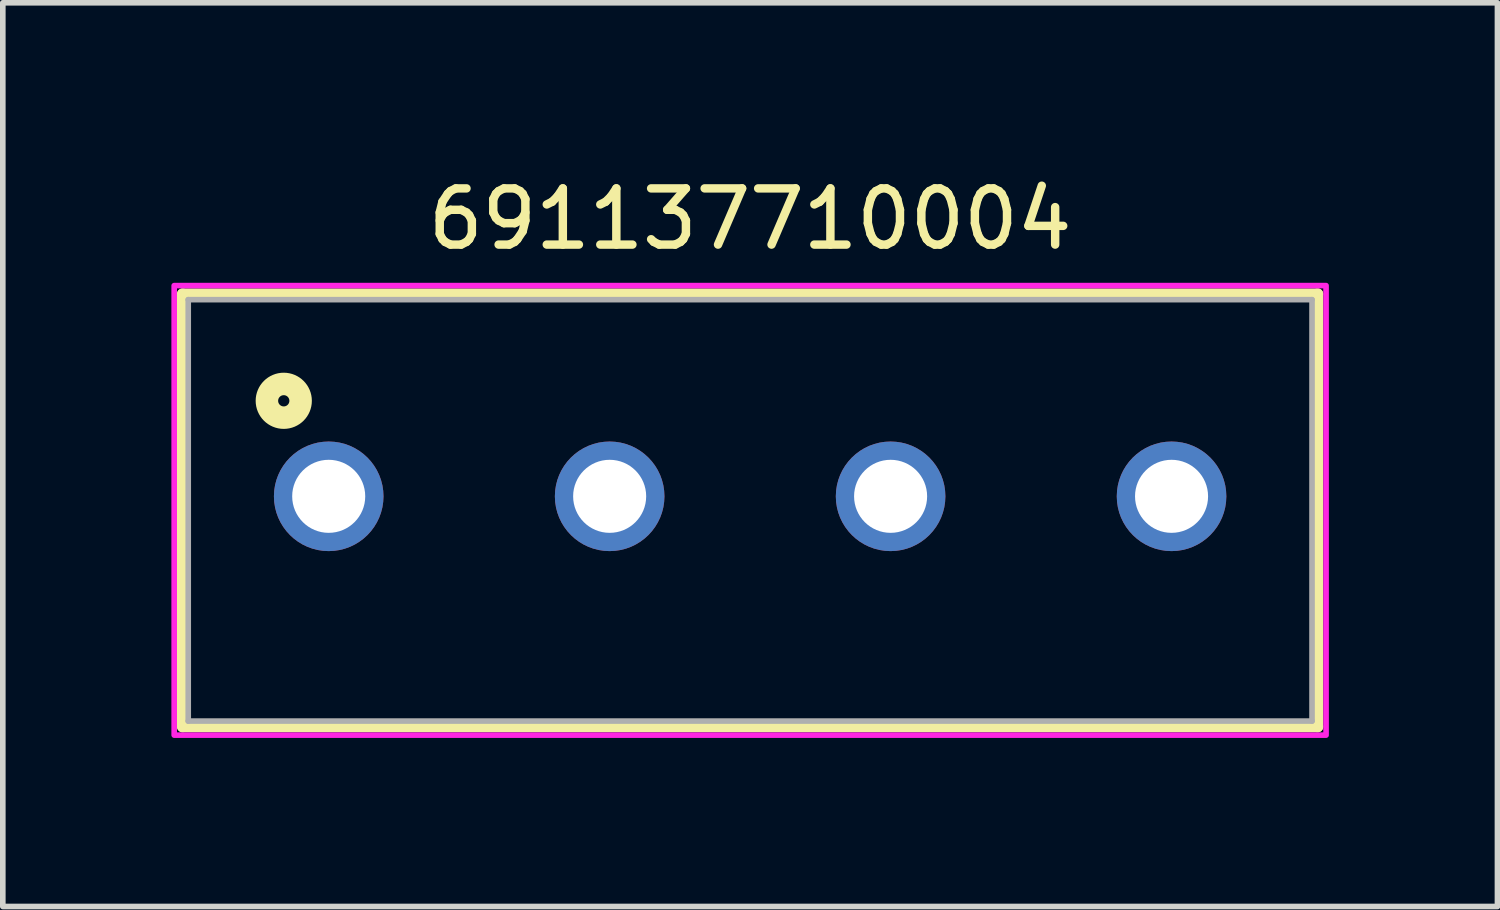
<source format=kicad_pcb>
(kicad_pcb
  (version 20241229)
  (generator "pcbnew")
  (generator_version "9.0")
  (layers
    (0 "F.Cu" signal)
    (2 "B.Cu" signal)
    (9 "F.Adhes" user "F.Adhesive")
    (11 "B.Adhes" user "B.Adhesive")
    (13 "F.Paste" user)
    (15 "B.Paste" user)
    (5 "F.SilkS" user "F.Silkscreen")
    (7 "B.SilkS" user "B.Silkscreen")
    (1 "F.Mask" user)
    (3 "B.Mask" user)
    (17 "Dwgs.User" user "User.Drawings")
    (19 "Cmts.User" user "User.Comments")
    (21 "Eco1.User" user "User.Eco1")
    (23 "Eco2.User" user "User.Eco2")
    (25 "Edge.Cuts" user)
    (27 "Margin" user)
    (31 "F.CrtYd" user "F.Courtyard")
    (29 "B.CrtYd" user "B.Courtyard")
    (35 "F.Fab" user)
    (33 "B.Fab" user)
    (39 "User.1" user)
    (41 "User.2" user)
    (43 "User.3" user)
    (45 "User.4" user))
  (footprint "691137710004"
    (layer "F.Cu")
    (at 10.3 5.783)
    (property "Reference" "691137710004" (at 0 -4.935 0) (layer "F.SilkS") (effects (font (size 1 1) (thickness 0.15))))
    (attr through_hole)
    (fp_line (start -10.1 -3.6) (end 10.1 -3.6) (stroke (width 0.2) (type solid)) (layer "F.SilkS"))
    (fp_line (start -10.1 4.1) (end -10.1 -3.6) (stroke (width 0.2) (type solid)) (layer "F.SilkS"))
    (fp_line (start 10.1 -3.6) (end 10.1 4.1) (stroke (width 0.2) (type solid)) (layer "F.SilkS"))
    (fp_line (start 10.1 4.1) (end -10.1 4.1) (stroke (width 0.2) (type solid)) (layer "F.SilkS"))
    (fp_circle (center -8.3 -1.7) (end -8.2 -1.7) (stroke (width 0.4) (type solid)) (fill no) (layer "F.SilkS"))
    (fp_poly (pts (xy -10.25 -3.75) (xy 10.25 -3.75) (xy 10.25 4.25) (xy -10.25 4.25)) (stroke (width 0.1) (type solid)) (fill no) (layer "F.CrtYd"))
    (fp_line (start -10 -3.5) (end 10 -3.5) (stroke (width 0.1) (type solid)) (layer "F.Fab"))
    (fp_line (start -10 4) (end -10 -3.5) (stroke (width 0.1) (type solid)) (layer "F.Fab"))
    (fp_line (start 10 -3.5) (end 10 4) (stroke (width 0.1) (type solid)) (layer "F.Fab"))
    (fp_line (start 10 4) (end -10 4) (stroke (width 0.1) (type solid)) (layer "F.Fab"))
    (pad "1" thru_hole circle (at -7.5 0) (size 1.95 1.95) (drill 1.3) (layers "*.Cu" "*.Mask"))
    (pad "2" thru_hole circle (at -2.5 0) (size 1.95 1.95) (drill 1.3) (layers "*.Cu" "*.Mask"))
    (pad "3" thru_hole circle (at 2.5 0) (size 1.95 1.95) (drill 1.3) (layers "*.Cu" "*.Mask"))
    (pad "4" thru_hole circle (at 7.5 0) (size 1.95 1.95) (drill 1.3) (layers "*.Cu" "*.Mask")))
  (gr_rect
    (start -3 -3)
    (end 23.6 13.083)
    (stroke (width 0.1) (type default))
    (fill no)
    (layer "Edge.Cuts")))
</source>
